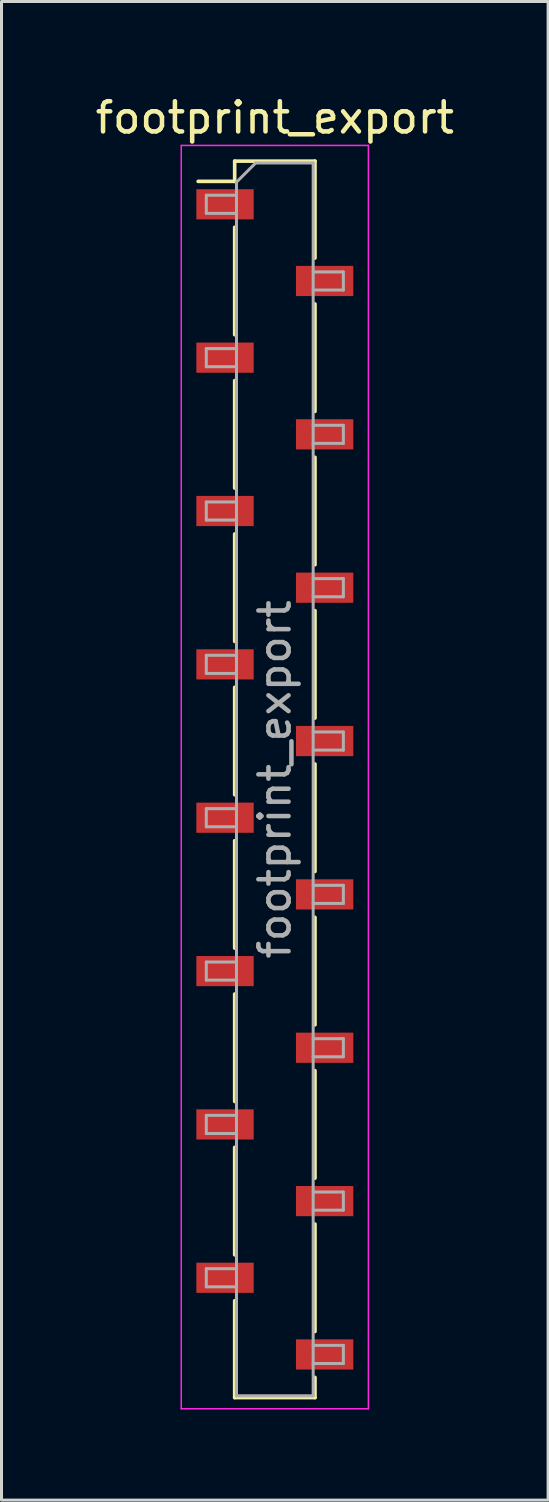
<source format=kicad_pcb>
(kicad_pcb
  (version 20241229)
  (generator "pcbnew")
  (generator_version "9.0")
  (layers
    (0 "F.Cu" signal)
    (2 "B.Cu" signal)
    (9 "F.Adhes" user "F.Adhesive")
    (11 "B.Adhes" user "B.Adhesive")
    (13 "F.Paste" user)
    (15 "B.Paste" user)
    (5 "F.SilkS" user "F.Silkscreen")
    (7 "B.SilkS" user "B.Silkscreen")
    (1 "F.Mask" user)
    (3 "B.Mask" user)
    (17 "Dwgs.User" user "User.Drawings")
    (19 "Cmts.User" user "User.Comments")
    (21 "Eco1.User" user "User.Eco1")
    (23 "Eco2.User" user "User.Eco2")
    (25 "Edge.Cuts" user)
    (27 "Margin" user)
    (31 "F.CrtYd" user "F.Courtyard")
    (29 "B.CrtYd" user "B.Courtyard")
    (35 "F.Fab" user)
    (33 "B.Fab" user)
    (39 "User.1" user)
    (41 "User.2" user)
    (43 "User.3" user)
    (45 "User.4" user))
  (footprint "footprint_export"
    (layer "F.Cu")
    (at 6.054 22.768)
    (property "Reference" "footprint_export" (at 0 -21.92 0) (layer "F.SilkS") (effects (font (size 1 1) (thickness 0.15))))
    (attr smd)
    (fp_line (start -2.54 -19.81) (end -1.33 -19.81) (stroke (width 0.12) (type solid)) (layer "F.SilkS"))
    (fp_line (start -1.33 -20.48) (end -1.33 -19.81) (stroke (width 0.12) (type solid)) (layer "F.SilkS"))
    (fp_line (start -1.33 -20.48) (end 1.33 -20.48) (stroke (width 0.12) (type solid)) (layer "F.SilkS"))
    (fp_line (start -1.33 -18.29) (end -1.33 -14.73) (stroke (width 0.12) (type solid)) (layer "F.SilkS"))
    (fp_line (start -1.33 -13.21) (end -1.33 -9.65) (stroke (width 0.12) (type solid)) (layer "F.SilkS"))
    (fp_line (start -1.33 -8.13) (end -1.33 -4.57) (stroke (width 0.12) (type solid)) (layer "F.SilkS"))
    (fp_line (start -1.33 -3.05) (end -1.33 0.51) (stroke (width 0.12) (type solid)) (layer "F.SilkS"))
    (fp_line (start -1.33 2.03) (end -1.33 5.59) (stroke (width 0.12) (type solid)) (layer "F.SilkS"))
    (fp_line (start -1.33 7.11) (end -1.33 10.67) (stroke (width 0.12) (type solid)) (layer "F.SilkS"))
    (fp_line (start -1.33 12.19) (end -1.33 15.75) (stroke (width 0.12) (type solid)) (layer "F.SilkS"))
    (fp_line (start -1.33 17.27) (end -1.33 20.48) (stroke (width 0.12) (type solid)) (layer "F.SilkS"))
    (fp_line (start -1.33 20.48) (end 1.33 20.48) (stroke (width 0.12) (type solid)) (layer "F.SilkS"))
    (fp_line (start 1.33 -20.48) (end 1.33 -17.27) (stroke (width 0.12) (type solid)) (layer "F.SilkS"))
    (fp_line (start 1.33 -15.75) (end 1.33 -12.19) (stroke (width 0.12) (type solid)) (layer "F.SilkS"))
    (fp_line (start 1.33 -10.67) (end 1.33 -7.11) (stroke (width 0.12) (type solid)) (layer "F.SilkS"))
    (fp_line (start 1.33 -5.59) (end 1.33 -2.03) (stroke (width 0.12) (type solid)) (layer "F.SilkS"))
    (fp_line (start 1.33 -0.51) (end 1.33 3.05) (stroke (width 0.12) (type solid)) (layer "F.SilkS"))
    (fp_line (start 1.33 4.57) (end 1.33 8.13) (stroke (width 0.12) (type solid)) (layer "F.SilkS"))
    (fp_line (start 1.33 9.65) (end 1.33 13.21) (stroke (width 0.12) (type solid)) (layer "F.SilkS"))
    (fp_line (start 1.33 14.73) (end 1.33 18.29) (stroke (width 0.12) (type solid)) (layer "F.SilkS"))
    (fp_line (start 1.33 19.81) (end 1.33 20.48) (stroke (width 0.12) (type solid)) (layer "F.SilkS"))
    (fp_line (start -3.1 -21) (end 3.1 -21) (stroke (width 0.05) (type solid)) (layer "F.CrtYd"))
    (fp_line (start -3.1 20.85) (end -3.1 -21) (stroke (width 0.05) (type solid)) (layer "F.CrtYd"))
    (fp_line (start 3.1 -21) (end 3.1 20.85) (stroke (width 0.05) (type solid)) (layer "F.CrtYd"))
    (fp_line (start 3.1 20.85) (end -3.1 20.85) (stroke (width 0.05) (type solid)) (layer "F.CrtYd"))
    (fp_line (start -2.27 -19.35) (end -1.27 -19.35) (stroke (width 0.1) (type solid)) (layer "F.Fab"))
    (fp_line (start -2.27 -18.75) (end -2.27 -19.35) (stroke (width 0.1) (type solid)) (layer "F.Fab"))
    (fp_line (start -2.27 -14.27) (end -1.27 -14.27) (stroke (width 0.1) (type solid)) (layer "F.Fab"))
    (fp_line (start -2.27 -13.67) (end -2.27 -14.27) (stroke (width 0.1) (type solid)) (layer "F.Fab"))
    (fp_line (start -2.27 -9.19) (end -1.27 -9.19) (stroke (width 0.1) (type solid)) (layer "F.Fab"))
    (fp_line (start -2.27 -8.59) (end -2.27 -9.19) (stroke (width 0.1) (type solid)) (layer "F.Fab"))
    (fp_line (start -2.27 -4.11) (end -1.27 -4.11) (stroke (width 0.1) (type solid)) (layer "F.Fab"))
    (fp_line (start -2.27 -3.51) (end -2.27 -4.11) (stroke (width 0.1) (type solid)) (layer "F.Fab"))
    (fp_line (start -2.27 0.97) (end -1.27 0.97) (stroke (width 0.1) (type solid)) (layer "F.Fab"))
    (fp_line (start -2.27 1.57) (end -2.27 0.97) (stroke (width 0.1) (type solid)) (layer "F.Fab"))
    (fp_line (start -2.27 6.05) (end -1.27 6.05) (stroke (width 0.1) (type solid)) (layer "F.Fab"))
    (fp_line (start -2.27 6.65) (end -2.27 6.05) (stroke (width 0.1) (type solid)) (layer "F.Fab"))
    (fp_line (start -2.27 11.13) (end -1.27 11.13) (stroke (width 0.1) (type solid)) (layer "F.Fab"))
    (fp_line (start -2.27 11.73) (end -2.27 11.13) (stroke (width 0.1) (type solid)) (layer "F.Fab"))
    (fp_line (start -2.27 16.21) (end -1.27 16.21) (stroke (width 0.1) (type solid)) (layer "F.Fab"))
    (fp_line (start -2.27 16.81) (end -2.27 16.21) (stroke (width 0.1) (type solid)) (layer "F.Fab"))
    (fp_line (start -1.27 -19.785) (end -0.635 -20.42) (stroke (width 0.1) (type solid)) (layer "F.Fab"))
    (fp_line (start -1.27 -18.75) (end -2.27 -18.75) (stroke (width 0.1) (type solid)) (layer "F.Fab"))
    (fp_line (start -1.27 -13.67) (end -2.27 -13.67) (stroke (width 0.1) (type solid)) (layer "F.Fab"))
    (fp_line (start -1.27 -8.59) (end -2.27 -8.59) (stroke (width 0.1) (type solid)) (layer "F.Fab"))
    (fp_line (start -1.27 -3.51) (end -2.27 -3.51) (stroke (width 0.1) (type solid)) (layer "F.Fab"))
    (fp_line (start -1.27 1.57) (end -2.27 1.57) (stroke (width 0.1) (type solid)) (layer "F.Fab"))
    (fp_line (start -1.27 6.65) (end -2.27 6.65) (stroke (width 0.1) (type solid)) (layer "F.Fab"))
    (fp_line (start -1.27 11.73) (end -2.27 11.73) (stroke (width 0.1) (type solid)) (layer "F.Fab"))
    (fp_line (start -1.27 16.81) (end -2.27 16.81) (stroke (width 0.1) (type solid)) (layer "F.Fab"))
    (fp_line (start -1.27 20.42) (end -1.27 -19.785) (stroke (width 0.1) (type solid)) (layer "F.Fab"))
    (fp_line (start -0.635 -20.42) (end 1.27 -20.42) (stroke (width 0.1) (type solid)) (layer "F.Fab"))
    (fp_line (start 1.27 -20.42) (end 1.27 20.42) (stroke (width 0.1) (type solid)) (layer "F.Fab"))
    (fp_line (start 1.27 -16.81) (end 2.27 -16.81) (stroke (width 0.1) (type solid)) (layer "F.Fab"))
    (fp_line (start 1.27 -11.73) (end 2.27 -11.73) (stroke (width 0.1) (type solid)) (layer "F.Fab"))
    (fp_line (start 1.27 -6.65) (end 2.27 -6.65) (stroke (width 0.1) (type solid)) (layer "F.Fab"))
    (fp_line (start 1.27 -1.57) (end 2.27 -1.57) (stroke (width 0.1) (type solid)) (layer "F.Fab"))
    (fp_line (start 1.27 3.51) (end 2.27 3.51) (stroke (width 0.1) (type solid)) (layer "F.Fab"))
    (fp_line (start 1.27 8.59) (end 2.27 8.59) (stroke (width 0.1) (type solid)) (layer "F.Fab"))
    (fp_line (start 1.27 13.67) (end 2.27 13.67) (stroke (width 0.1) (type solid)) (layer "F.Fab"))
    (fp_line (start 1.27 18.75) (end 2.27 18.75) (stroke (width 0.1) (type solid)) (layer "F.Fab"))
    (fp_line (start 1.27 20.42) (end -1.27 20.42) (stroke (width 0.1) (type solid)) (layer "F.Fab"))
    (fp_line (start 2.27 -16.81) (end 2.27 -16.21) (stroke (width 0.1) (type solid)) (layer "F.Fab"))
    (fp_line (start 2.27 -16.21) (end 1.27 -16.21) (stroke (width 0.1) (type solid)) (layer "F.Fab"))
    (fp_line (start 2.27 -11.73) (end 2.27 -11.13) (stroke (width 0.1) (type solid)) (layer "F.Fab"))
    (fp_line (start 2.27 -11.13) (end 1.27 -11.13) (stroke (width 0.1) (type solid)) (layer "F.Fab"))
    (fp_line (start 2.27 -6.65) (end 2.27 -6.05) (stroke (width 0.1) (type solid)) (layer "F.Fab"))
    (fp_line (start 2.27 -6.05) (end 1.27 -6.05) (stroke (width 0.1) (type solid)) (layer "F.Fab"))
    (fp_line (start 2.27 -1.57) (end 2.27 -0.97) (stroke (width 0.1) (type solid)) (layer "F.Fab"))
    (fp_line (start 2.27 -0.97) (end 1.27 -0.97) (stroke (width 0.1) (type solid)) (layer "F.Fab"))
    (fp_line (start 2.27 3.51) (end 2.27 4.11) (stroke (width 0.1) (type solid)) (layer "F.Fab"))
    (fp_line (start 2.27 4.11) (end 1.27 4.11) (stroke (width 0.1) (type solid)) (layer "F.Fab"))
    (fp_line (start 2.27 8.59) (end 2.27 9.19) (stroke (width 0.1) (type solid)) (layer "F.Fab"))
    (fp_line (start 2.27 9.19) (end 1.27 9.19) (stroke (width 0.1) (type solid)) (layer "F.Fab"))
    (fp_line (start 2.27 13.67) (end 2.27 14.27) (stroke (width 0.1) (type solid)) (layer "F.Fab"))
    (fp_line (start 2.27 14.27) (end 1.27 14.27) (stroke (width 0.1) (type solid)) (layer "F.Fab"))
    (fp_line (start 2.27 18.75) (end 2.27 19.35) (stroke (width 0.1) (type solid)) (layer "F.Fab"))
    (fp_line (start 2.27 19.35) (end 1.27 19.35) (stroke (width 0.1) (type solid)) (layer "F.Fab"))
    (fp_text user "${REFERENCE}" (at 0 0 90) (layer "F.Fab") (effects (font (size 1 1) (thickness 0.15))))
    (pad "1" smd rect (at -1.65 -19.05) (size 1.9 1) (layers "F.Cu" "F.Mask" "F.Paste"))
    (pad "2" smd rect (at 1.65 -16.51) (size 1.9 1) (layers "F.Cu" "F.Mask" "F.Paste"))
    (pad "3" smd rect (at -1.65 -13.97) (size 1.9 1) (layers "F.Cu" "F.Mask" "F.Paste"))
    (pad "4" smd rect (at 1.65 -11.43) (size 1.9 1) (layers "F.Cu" "F.Mask" "F.Paste"))
    (pad "5" smd rect (at -1.65 -8.89) (size 1.9 1) (layers "F.Cu" "F.Mask" "F.Paste"))
    (pad "6" smd rect (at 1.65 -6.35) (size 1.9 1) (layers "F.Cu" "F.Mask" "F.Paste"))
    (pad "7" smd rect (at -1.65 -3.81) (size 1.9 1) (layers "F.Cu" "F.Mask" "F.Paste"))
    (pad "8" smd rect (at 1.65 -1.27) (size 1.9 1) (layers "F.Cu" "F.Mask" "F.Paste"))
    (pad "9" smd rect (at -1.65 1.27) (size 1.9 1) (layers "F.Cu" "F.Mask" "F.Paste"))
    (pad "10" smd rect (at 1.65 3.81) (size 1.9 1) (layers "F.Cu" "F.Mask" "F.Paste"))
    (pad "11" smd rect (at -1.65 6.35) (size 1.9 1) (layers "F.Cu" "F.Mask" "F.Paste"))
    (pad "12" smd rect (at 1.65 8.89) (size 1.9 1) (layers "F.Cu" "F.Mask" "F.Paste"))
    (pad "13" smd rect (at -1.65 11.43) (size 1.9 1) (layers "F.Cu" "F.Mask" "F.Paste"))
    (pad "14" smd rect (at 1.65 13.97) (size 1.9 1) (layers "F.Cu" "F.Mask" "F.Paste"))
    (pad "15" smd rect (at -1.65 16.51) (size 1.9 1) (layers "F.Cu" "F.Mask" "F.Paste"))
    (pad "16" smd rect (at 1.65 19.05) (size 1.9 1) (layers "F.Cu" "F.Mask" "F.Paste")))
  (gr_rect
    (start -3 -3)
    (end 15.107 46.643)
    (stroke (width 0.1) (type default))
    (fill no)
    (layer "Edge.Cuts")))
</source>
